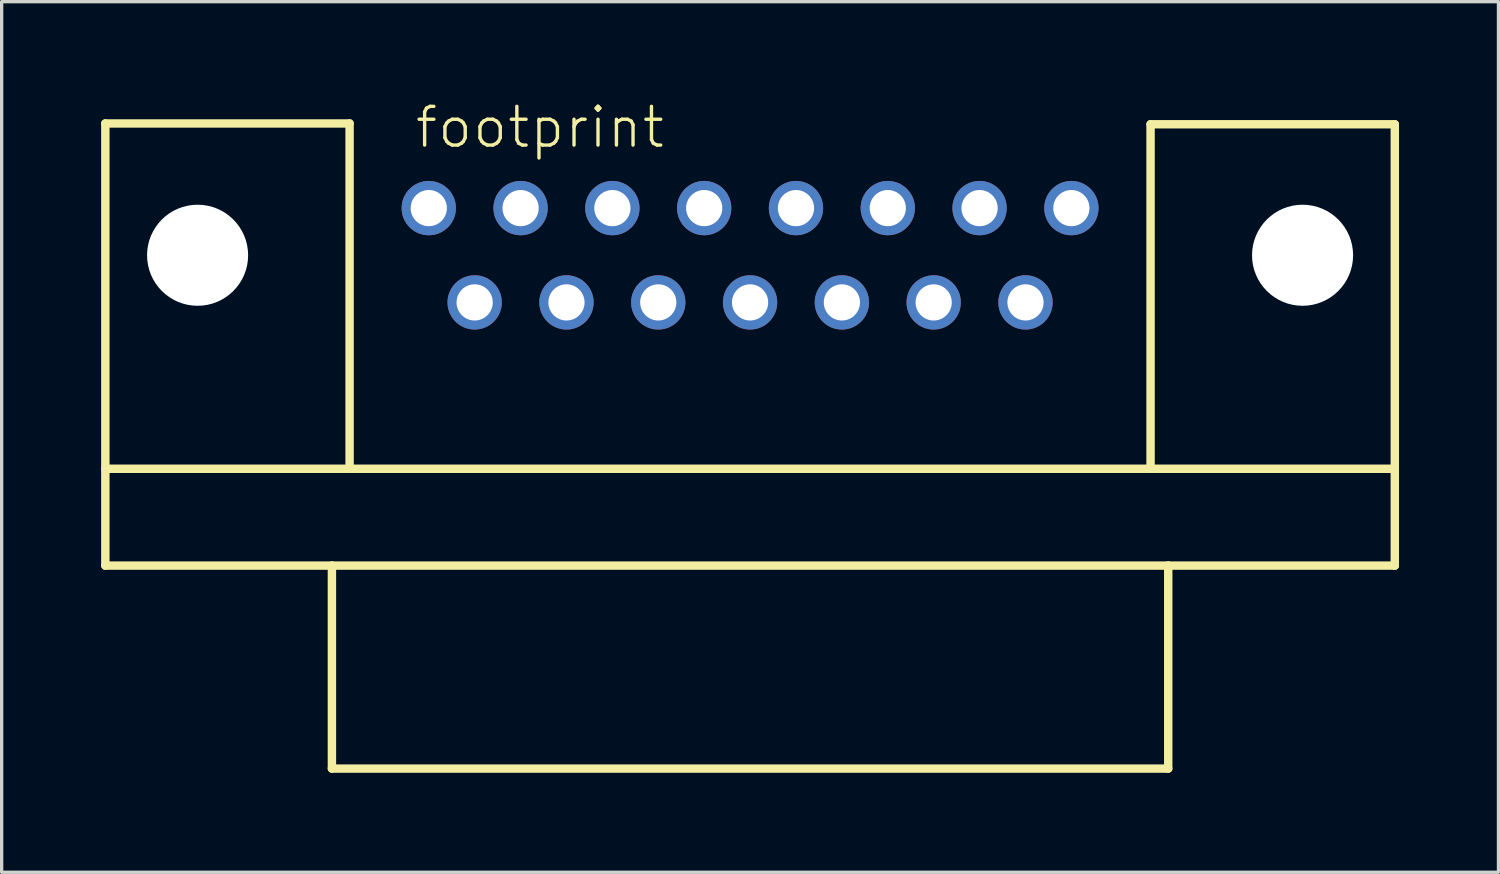
<source format=kicad_pcb>
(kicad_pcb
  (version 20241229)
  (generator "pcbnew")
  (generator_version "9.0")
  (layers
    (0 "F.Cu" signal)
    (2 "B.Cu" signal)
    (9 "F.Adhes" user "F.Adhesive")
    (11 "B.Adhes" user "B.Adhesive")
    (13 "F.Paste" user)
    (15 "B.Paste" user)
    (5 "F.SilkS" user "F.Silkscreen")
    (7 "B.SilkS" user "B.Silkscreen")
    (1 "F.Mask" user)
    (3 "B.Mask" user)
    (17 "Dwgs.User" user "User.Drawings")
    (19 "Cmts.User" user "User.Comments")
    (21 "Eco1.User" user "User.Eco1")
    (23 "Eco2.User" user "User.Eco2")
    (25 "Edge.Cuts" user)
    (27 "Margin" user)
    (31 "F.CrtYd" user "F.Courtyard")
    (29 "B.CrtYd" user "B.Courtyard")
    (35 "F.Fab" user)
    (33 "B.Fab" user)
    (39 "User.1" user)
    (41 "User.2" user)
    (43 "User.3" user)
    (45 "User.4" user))
  (footprint "footprint"
    (layer "F.Cu")
    (at 19.571 4.648)
    (property "Reference" "footprint" (at -10.16 -3.175 0) (layer "F.SilkS") (effects (font (size 1.168 1.168) (thickness 0.102)) (justify left bottom)))
    (fp_line (start -19.444 -3.975) (end -12.078 -3.975) (stroke (width 0.254) (type solid)) (layer "F.SilkS"))
    (fp_line (start -19.444 6.439) (end 19.444 6.439) (stroke (width 0.254) (type solid)) (layer "F.SilkS"))
    (fp_line (start -19.444 9.36) (end -19.444 -3.975) (stroke (width 0.254) (type solid)) (layer "F.SilkS"))
    (fp_line (start -12.611 9.36) (end -19.444 9.36) (stroke (width 0.254) (type solid)) (layer "F.SilkS"))
    (fp_line (start -12.611 9.36) (end 12.611 9.36) (stroke (width 0.254) (type solid)) (layer "F.SilkS"))
    (fp_line (start -12.611 15.481) (end -12.611 9.36) (stroke (width 0.254) (type solid)) (layer "F.SilkS"))
    (fp_line (start -12.078 -3.975) (end -12.078 6.299) (stroke (width 0.254) (type solid)) (layer "F.SilkS"))
    (fp_line (start 12.078 -3.95) (end 12.078 6.299) (stroke (width 0.254) (type solid)) (layer "F.SilkS"))
    (fp_line (start 12.611 9.36) (end 12.611 15.481) (stroke (width 0.254) (type solid)) (layer "F.SilkS"))
    (fp_line (start 12.611 15.481) (end -12.611 15.481) (stroke (width 0.254) (type solid)) (layer "F.SilkS"))
    (fp_line (start 19.444 -3.95) (end 12.078 -3.95) (stroke (width 0.254) (type solid)) (layer "F.SilkS"))
    (fp_line (start 19.444 -3.95) (end 19.444 9.36) (stroke (width 0.254) (type solid)) (layer "F.SilkS"))
    (fp_line (start 19.444 9.36) (end 12.611 9.36) (stroke (width 0.254) (type solid)) (layer "F.SilkS"))
    (pad "" np_thru_hole circle (at -16.662 0) (size 3.048 3.048) (drill 3.048) (layers "*.Cu" "*.Mask"))
    (pad "" np_thru_hole circle (at 16.662 0) (size 3.048 3.048) (drill 3.048) (layers "*.Cu" "*.Mask"))
    (pad "1" thru_hole circle (at -9.69 -1.422) (size 1.638 1.638) (drill 1.092) (layers "*.Cu" "*.Mask"))
    (pad "2" thru_hole circle (at -6.921 -1.422) (size 1.638 1.638) (drill 1.092) (layers "*.Cu" "*.Mask"))
    (pad "3" thru_hole circle (at -4.153 -1.422) (size 1.638 1.638) (drill 1.092) (layers "*.Cu" "*.Mask"))
    (pad "4" thru_hole circle (at -1.384 -1.422) (size 1.638 1.638) (drill 1.092) (layers "*.Cu" "*.Mask"))
    (pad "5" thru_hole circle (at 1.384 -1.422) (size 1.638 1.638) (drill 1.092) (layers "*.Cu" "*.Mask"))
    (pad "6" thru_hole circle (at 4.153 -1.422) (size 1.638 1.638) (drill 1.092) (layers "*.Cu" "*.Mask"))
    (pad "7" thru_hole circle (at 6.921 -1.422) (size 1.638 1.638) (drill 1.092) (layers "*.Cu" "*.Mask"))
    (pad "8" thru_hole circle (at 9.69 -1.422) (size 1.638 1.638) (drill 1.092) (layers "*.Cu" "*.Mask"))
    (pad "9" thru_hole circle (at -8.306 1.422) (size 1.638 1.638) (drill 1.092) (layers "*.Cu" "*.Mask"))
    (pad "10" thru_hole circle (at -5.537 1.422) (size 1.638 1.638) (drill 1.092) (layers "*.Cu" "*.Mask"))
    (pad "11" thru_hole circle (at -2.769 1.422) (size 1.638 1.638) (drill 1.092) (layers "*.Cu" "*.Mask"))
    (pad "12" thru_hole circle (at 0 1.422) (size 1.638 1.638) (drill 1.092) (layers "*.Cu" "*.Mask"))
    (pad "13" thru_hole circle (at 2.769 1.422) (size 1.638 1.638) (drill 1.092) (layers "*.Cu" "*.Mask"))
    (pad "14" thru_hole circle (at 5.537 1.422) (size 1.638 1.638) (drill 1.092) (layers "*.Cu" "*.Mask"))
    (pad "15" thru_hole circle (at 8.306 1.422) (size 1.638 1.638) (drill 1.092) (layers "*.Cu" "*.Mask")))
  (gr_rect
    (start -3 -3)
    (end 42.141 23.256)
    (stroke (width 0.1) (type default))
    (fill no)
    (layer "Edge.Cuts")))
</source>
